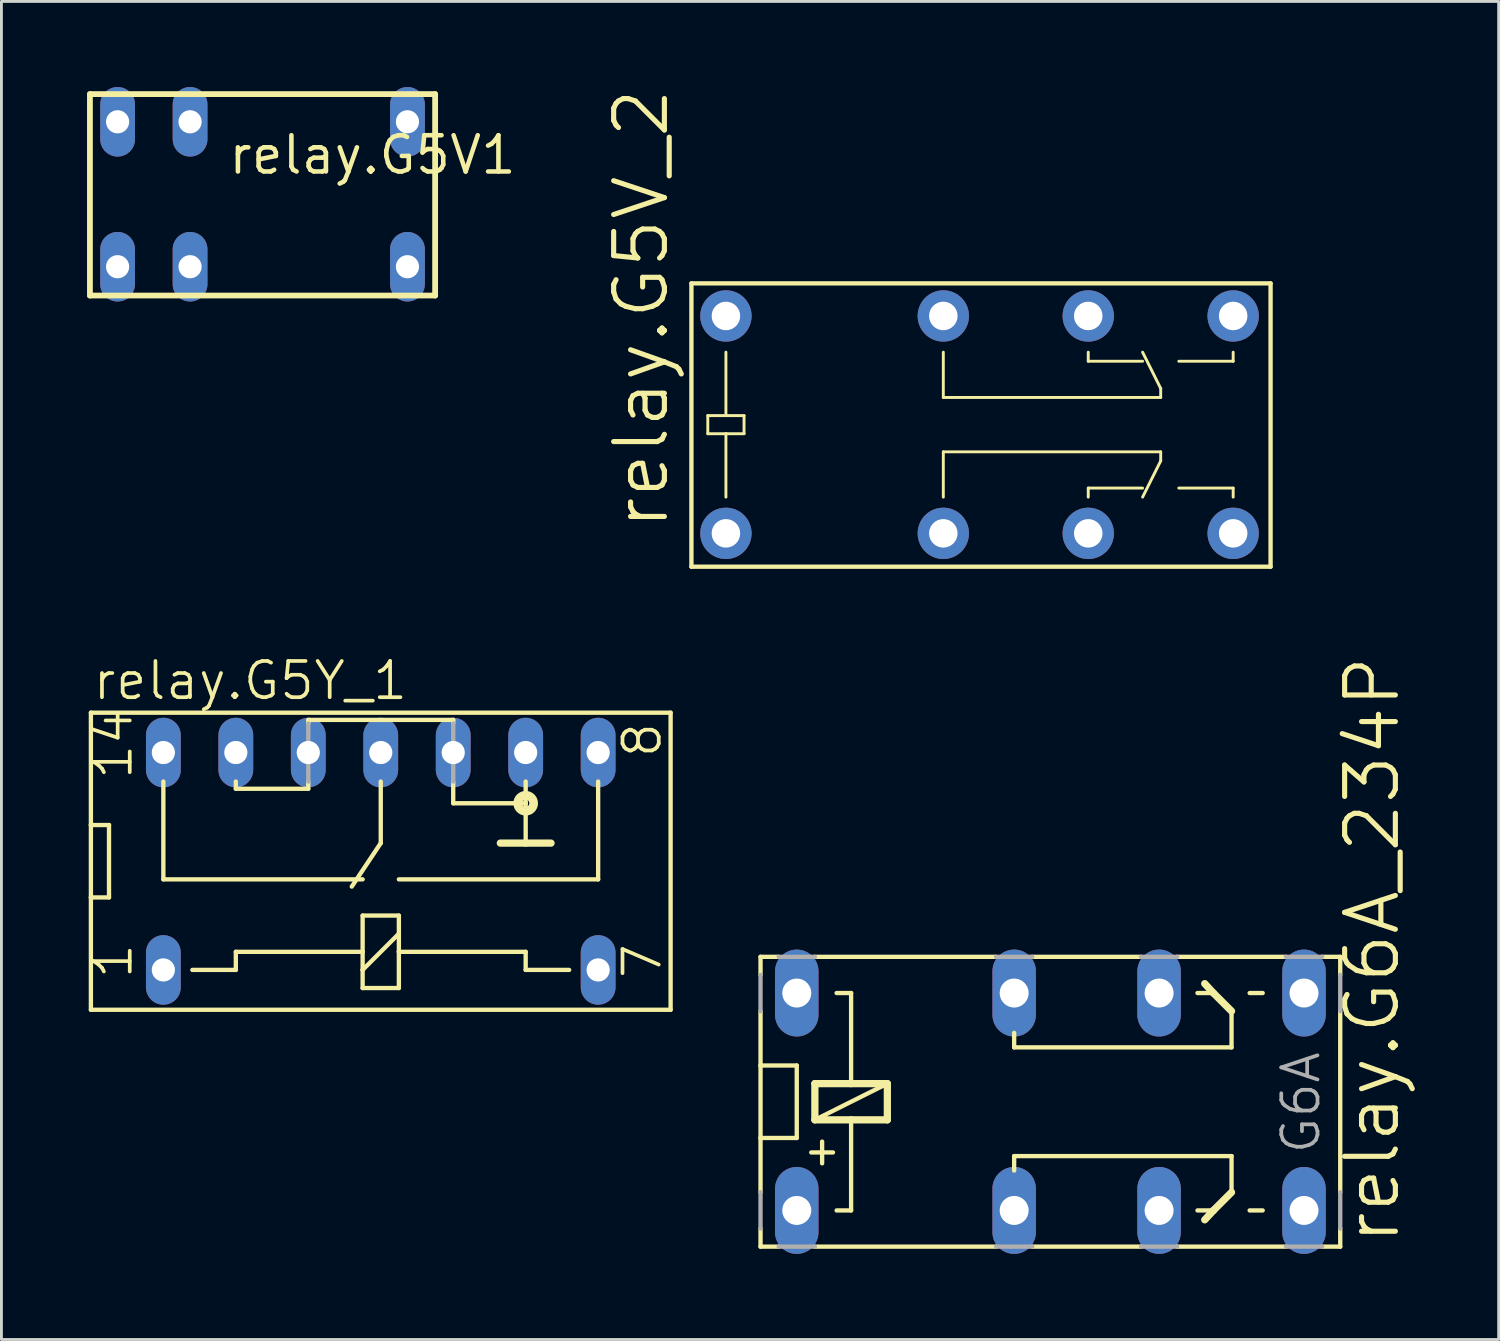
<source format=kicad_pcb>
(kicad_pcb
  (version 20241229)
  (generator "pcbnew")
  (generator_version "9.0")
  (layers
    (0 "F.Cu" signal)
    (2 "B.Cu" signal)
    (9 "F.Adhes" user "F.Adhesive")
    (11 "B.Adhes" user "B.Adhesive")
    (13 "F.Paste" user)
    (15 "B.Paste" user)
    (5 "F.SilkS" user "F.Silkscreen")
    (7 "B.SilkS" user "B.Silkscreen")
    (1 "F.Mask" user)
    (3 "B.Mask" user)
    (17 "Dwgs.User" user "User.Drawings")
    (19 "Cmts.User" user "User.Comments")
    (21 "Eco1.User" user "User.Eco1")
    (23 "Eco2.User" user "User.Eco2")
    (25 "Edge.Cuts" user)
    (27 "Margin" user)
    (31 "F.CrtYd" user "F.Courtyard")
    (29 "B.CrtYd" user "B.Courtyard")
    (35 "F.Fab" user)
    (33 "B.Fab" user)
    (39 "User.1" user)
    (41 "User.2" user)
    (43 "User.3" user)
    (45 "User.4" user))
  (footprint "relay.G5V_2"
    (layer "F.Cu")
    (at 31.285 11.835)
    (property "Reference" "relay.G5V_2" (at -10.82 3.759 90) (layer "F.SilkS") (effects (font (size 1.778 1.778) (thickness 0.18)) (justify left bottom)))
    (attr through_hole)
    (fp_line (start -10.099 4.979) (end -10.099 -4.952) (stroke (width 0.152) (type default)) (layer "F.SilkS"))
    (fp_line (start -10.099 4.979) (end 10.201 4.979) (stroke (width 0.152) (type default)) (layer "F.SilkS"))
    (fp_line (start -9.525 -0.318) (end -9.525 0.318) (stroke (width 0.102) (type default)) (layer "F.SilkS"))
    (fp_line (start -9.525 0.318) (end -8.89 0.318) (stroke (width 0.102) (type default)) (layer "F.SilkS"))
    (fp_line (start -8.89 -2.54) (end -8.89 -0.318) (stroke (width 0.102) (type default)) (layer "F.SilkS"))
    (fp_line (start -8.89 -0.318) (end -9.525 -0.318) (stroke (width 0.102) (type default)) (layer "F.SilkS"))
    (fp_line (start -8.89 0.318) (end -8.89 2.54) (stroke (width 0.102) (type default)) (layer "F.SilkS"))
    (fp_line (start -8.89 0.318) (end -8.255 0.318) (stroke (width 0.102) (type default)) (layer "F.SilkS"))
    (fp_line (start -8.255 -0.318) (end -8.89 -0.318) (stroke (width 0.102) (type default)) (layer "F.SilkS"))
    (fp_line (start -8.255 0.318) (end -8.255 -0.318) (stroke (width 0.102) (type default)) (layer "F.SilkS"))
    (fp_line (start -1.27 -2.54) (end -1.27 -0.953) (stroke (width 0.102) (type default)) (layer "F.SilkS"))
    (fp_line (start -1.27 -0.953) (end 6.35 -0.953) (stroke (width 0.102) (type default)) (layer "F.SilkS"))
    (fp_line (start -1.27 0.953) (end 6.35 0.953) (stroke (width 0.102) (type default)) (layer "F.SilkS"))
    (fp_line (start -1.27 2.54) (end -1.27 0.953) (stroke (width 0.102) (type default)) (layer "F.SilkS"))
    (fp_line (start 3.81 -2.223) (end 3.81 -2.54) (stroke (width 0.102) (type default)) (layer "F.SilkS"))
    (fp_line (start 3.81 2.223) (end 3.81 2.54) (stroke (width 0.102) (type default)) (layer "F.SilkS"))
    (fp_line (start 5.715 -2.223) (end 3.81 -2.223) (stroke (width 0.102) (type default)) (layer "F.SilkS"))
    (fp_line (start 5.715 2.223) (end 3.81 2.223) (stroke (width 0.102) (type default)) (layer "F.SilkS"))
    (fp_line (start 6.35 -1.27) (end 5.715 -2.54) (stroke (width 0.102) (type default)) (layer "F.SilkS"))
    (fp_line (start 6.35 -0.953) (end 6.35 -1.27) (stroke (width 0.102) (type default)) (layer "F.SilkS"))
    (fp_line (start 6.35 0.953) (end 6.35 1.27) (stroke (width 0.102) (type default)) (layer "F.SilkS"))
    (fp_line (start 6.35 1.27) (end 5.715 2.54) (stroke (width 0.102) (type default)) (layer "F.SilkS"))
    (fp_line (start 6.985 -2.223) (end 8.89 -2.223) (stroke (width 0.102) (type default)) (layer "F.SilkS"))
    (fp_line (start 6.985 2.223) (end 8.89 2.223) (stroke (width 0.102) (type default)) (layer "F.SilkS"))
    (fp_line (start 8.89 -2.223) (end 8.89 -2.54) (stroke (width 0.102) (type default)) (layer "F.SilkS"))
    (fp_line (start 8.89 2.223) (end 8.89 2.54) (stroke (width 0.102) (type default)) (layer "F.SilkS"))
    (fp_line (start 10.201 -4.952) (end -10.099 -4.952) (stroke (width 0.152) (type default)) (layer "F.SilkS"))
    (fp_line (start 10.201 4.979) (end 10.201 -4.952) (stroke (width 0.152) (type default)) (layer "F.SilkS"))
    (pad "1" thru_hole circle (at -8.89 3.81) (size 1.8 1.8) (drill 1) (layers "*.Cu" "*.Mask"))
    (pad "4" thru_hole circle (at -1.27 3.81) (size 1.8 1.8) (drill 1) (layers "*.Cu" "*.Mask"))
    (pad "6" thru_hole circle (at 3.81 3.81) (size 1.8 1.8) (drill 1) (layers "*.Cu" "*.Mask"))
    (pad "8" thru_hole circle (at 8.89 3.81) (size 1.8 1.8) (drill 1) (layers "*.Cu" "*.Mask"))
    (pad "9" thru_hole circle (at 8.89 -3.81) (size 1.8 1.8) (drill 1) (layers "*.Cu" "*.Mask"))
    (pad "11" thru_hole circle (at 3.81 -3.81) (size 1.8 1.8) (drill 1) (layers "*.Cu" "*.Mask"))
    (pad "13" thru_hole circle (at -1.27 -3.81) (size 1.8 1.8) (drill 1) (layers "*.Cu" "*.Mask"))
    (pad "16" thru_hole circle (at -8.89 -3.81) (size 1.8 1.8) (drill 1) (layers "*.Cu" "*.Mask")))
  (footprint "relay.G6A_234P"
    (layer "F.Cu")
    (at 28.688 35.568)
    (property "Reference" "relay.G6A_234P" (at 17.399 5.08 90) (layer "F.SilkS") (effects (font (size 1.778 1.778) (thickness 0.18)) (justify left bottom)))
    (attr through_hole)
    (fp_line (start -5.08 -5.08) (end -5.08 -4.445) (stroke (width 0.152) (type default)) (layer "F.SilkS"))
    (fp_line (start -5.08 -5.08) (end -4.445 -5.08) (stroke (width 0.152) (type default)) (layer "F.SilkS"))
    (fp_line (start -5.08 -3.175) (end -5.08 -1.27) (stroke (width 0.152) (type default)) (layer "F.SilkS"))
    (fp_line (start -5.08 -1.27) (end -5.08 1.27) (stroke (width 0.152) (type default)) (layer "F.SilkS"))
    (fp_line (start -5.08 -1.27) (end -3.81 -1.27) (stroke (width 0.152) (type default)) (layer "F.SilkS"))
    (fp_line (start -5.08 1.27) (end -5.08 3.175) (stroke (width 0.152) (type default)) (layer "F.SilkS"))
    (fp_line (start -5.08 4.445) (end -5.08 5.08) (stroke (width 0.152) (type default)) (layer "F.SilkS"))
    (fp_line (start -5.08 5.08) (end -4.445 5.08) (stroke (width 0.152) (type default)) (layer "F.SilkS"))
    (fp_line (start -3.81 -1.27) (end -3.81 1.27) (stroke (width 0.152) (type default)) (layer "F.SilkS"))
    (fp_line (start -3.81 1.27) (end -5.08 1.27) (stroke (width 0.152) (type default)) (layer "F.SilkS"))
    (fp_line (start -3.302 1.778) (end -2.54 1.778) (stroke (width 0.152) (type default)) (layer "F.SilkS"))
    (fp_line (start -3.175 -5.08) (end 3.175 -5.08) (stroke (width 0.152) (type default)) (layer "F.SilkS"))
    (fp_line (start -3.175 -0.635) (end -3.175 0.635) (stroke (width 0.254) (type default)) (layer "F.SilkS"))
    (fp_line (start -3.175 0.635) (end -1.905 0.635) (stroke (width 0.254) (type default)) (layer "F.SilkS"))
    (fp_line (start -3.175 0.635) (end -0.635 -0.635) (stroke (width 0.152) (type default)) (layer "F.SilkS"))
    (fp_line (start -3.175 5.08) (end 3.175 5.08) (stroke (width 0.152) (type default)) (layer "F.SilkS"))
    (fp_line (start -2.921 2.159) (end -2.921 1.397) (stroke (width 0.152) (type default)) (layer "F.SilkS"))
    (fp_line (start -2.413 -3.81) (end -1.905 -3.81) (stroke (width 0.152) (type default)) (layer "F.SilkS"))
    (fp_line (start -1.905 -3.81) (end -1.905 -0.635) (stroke (width 0.152) (type default)) (layer "F.SilkS"))
    (fp_line (start -1.905 -0.635) (end -3.175 -0.635) (stroke (width 0.254) (type default)) (layer "F.SilkS"))
    (fp_line (start -1.905 0.635) (end -1.905 3.81) (stroke (width 0.152) (type default)) (layer "F.SilkS"))
    (fp_line (start -1.905 0.635) (end -0.635 0.635) (stroke (width 0.254) (type default)) (layer "F.SilkS"))
    (fp_line (start -1.905 3.81) (end -2.413 3.81) (stroke (width 0.152) (type default)) (layer "F.SilkS"))
    (fp_line (start -0.635 -0.635) (end -1.905 -0.635) (stroke (width 0.254) (type default)) (layer "F.SilkS"))
    (fp_line (start -0.635 0.635) (end -0.635 -0.635) (stroke (width 0.254) (type default)) (layer "F.SilkS"))
    (fp_line (start 3.81 -2.413) (end 3.81 -1.905) (stroke (width 0.152) (type default)) (layer "F.SilkS"))
    (fp_line (start 3.81 -1.905) (end 11.43 -1.905) (stroke (width 0.152) (type default)) (layer "F.SilkS"))
    (fp_line (start 3.81 1.905) (end 11.43 1.905) (stroke (width 0.152) (type default)) (layer "F.SilkS"))
    (fp_line (start 3.81 2.413) (end 3.81 1.905) (stroke (width 0.152) (type default)) (layer "F.SilkS"))
    (fp_line (start 8.255 -5.08) (end 4.445 -5.08) (stroke (width 0.152) (type default)) (layer "F.SilkS"))
    (fp_line (start 8.255 5.08) (end 4.445 5.08) (stroke (width 0.152) (type default)) (layer "F.SilkS"))
    (fp_line (start 10.236 -3.81) (end 10.795 -3.81) (stroke (width 0.152) (type default)) (layer "F.SilkS"))
    (fp_line (start 10.236 3.81) (end 10.795 3.81) (stroke (width 0.152) (type default)) (layer "F.SilkS"))
    (fp_line (start 10.795 -3.81) (end 10.49 -4.14) (stroke (width 0.254) (type default)) (layer "F.SilkS"))
    (fp_line (start 10.795 3.81) (end 10.49 4.14) (stroke (width 0.254) (type default)) (layer "F.SilkS"))
    (fp_line (start 11.43 -3.175) (end 10.795 -3.81) (stroke (width 0.254) (type default)) (layer "F.SilkS"))
    (fp_line (start 11.43 -1.905) (end 11.43 -3.175) (stroke (width 0.152) (type default)) (layer "F.SilkS"))
    (fp_line (start 11.43 1.905) (end 11.43 3.175) (stroke (width 0.152) (type default)) (layer "F.SilkS"))
    (fp_line (start 11.43 3.175) (end 10.795 3.81) (stroke (width 0.254) (type default)) (layer "F.SilkS"))
    (fp_line (start 12.065 -3.81) (end 12.522 -3.81) (stroke (width 0.152) (type default)) (layer "F.SilkS"))
    (fp_line (start 12.065 3.81) (end 12.522 3.81) (stroke (width 0.152) (type default)) (layer "F.SilkS"))
    (fp_line (start 13.335 -5.08) (end 9.525 -5.08) (stroke (width 0.152) (type default)) (layer "F.SilkS"))
    (fp_line (start 13.335 5.08) (end 9.525 5.08) (stroke (width 0.152) (type default)) (layer "F.SilkS"))
    (fp_line (start 15.24 -5.08) (end 14.605 -5.08) (stroke (width 0.152) (type default)) (layer "F.SilkS"))
    (fp_line (start 15.24 -5.08) (end 15.24 -4.445) (stroke (width 0.152) (type default)) (layer "F.SilkS"))
    (fp_line (start 15.24 -3.175) (end 15.24 3.175) (stroke (width 0.152) (type default)) (layer "F.SilkS"))
    (fp_line (start 15.24 5.08) (end 14.605 5.08) (stroke (width 0.152) (type default)) (layer "F.SilkS"))
    (fp_line (start 15.24 5.08) (end 15.24 4.445) (stroke (width 0.152) (type default)) (layer "F.SilkS"))
    (fp_line (start -5.08 -3.175) (end -5.08 -4.445) (stroke (width 0.152) (type default)) (layer "F.Fab"))
    (fp_line (start -5.08 4.445) (end -5.08 3.175) (stroke (width 0.152) (type default)) (layer "F.Fab"))
    (fp_line (start -3.175 -5.08) (end -4.445 -5.08) (stroke (width 0.152) (type default)) (layer "F.Fab"))
    (fp_line (start -3.175 5.08) (end -4.445 5.08) (stroke (width 0.152) (type default)) (layer "F.Fab"))
    (fp_line (start 3.175 -5.08) (end 4.445 -5.08) (stroke (width 0.152) (type default)) (layer "F.Fab"))
    (fp_line (start 4.445 5.08) (end 3.175 5.08) (stroke (width 0.152) (type default)) (layer "F.Fab"))
    (fp_line (start 8.255 -5.08) (end 9.525 -5.08) (stroke (width 0.152) (type default)) (layer "F.Fab"))
    (fp_line (start 8.255 5.08) (end 9.525 5.08) (stroke (width 0.152) (type default)) (layer "F.Fab"))
    (fp_line (start 13.335 -5.08) (end 14.605 -5.08) (stroke (width 0.152) (type default)) (layer "F.Fab"))
    (fp_line (start 13.335 5.08) (end 14.605 5.08) (stroke (width 0.152) (type default)) (layer "F.Fab"))
    (fp_line (start 15.24 -3.175) (end 15.24 -4.445) (stroke (width 0.152) (type default)) (layer "F.Fab"))
    (fp_line (start 15.24 3.175) (end 15.24 4.445) (stroke (width 0.152) (type default)) (layer "F.Fab"))
    (fp_text user "G6A" (at 14.605 1.905 90) (layer "F.Fab") (effects (font (size 1.27 1.27) (thickness 0.13)) (justify left bottom)))
    (pad "1" thru_hole oval (at -3.81 3.81 90) (size 3.048 1.524) (drill 1.016) (layers "*.Cu" "*.Mask"))
    (pad "16" thru_hole oval (at -3.81 -3.81 90) (size 3.048 1.524) (drill 1.016) (layers "*.Cu" "*.Mask"))
    (pad "O1" thru_hole oval (at 8.89 3.81 90) (size 3.048 1.524) (drill 1.016) (layers "*.Cu" "*.Mask"))
    (pad "O2" thru_hole oval (at 8.89 -3.81 90) (size 3.048 1.524) (drill 1.016) (layers "*.Cu" "*.Mask"))
    (pad "P1" thru_hole oval (at 3.81 3.81 90) (size 3.048 1.524) (drill 1.016) (layers "*.Cu" "*.Mask"))
    (pad "P2" thru_hole oval (at 3.81 -3.81 90) (size 3.048 1.524) (drill 1.016) (layers "*.Cu" "*.Mask"))
    (pad "S1" thru_hole oval (at 13.97 3.81 90) (size 3.048 1.524) (drill 1.016) (layers "*.Cu" "*.Mask"))
    (pad "S2" thru_hole oval (at 13.97 -3.81 90) (size 3.048 1.524) (drill 1.016) (layers "*.Cu" "*.Mask")))
  (footprint "relay.G5Y_1"
    (layer "F.Cu")
    (at 10.296 27.138)
    (property "Reference" "relay.G5Y_1" (at -10.16 -5.588 0) (layer "F.SilkS") (effects (font (size 1.27 1.27) (thickness 0.13)) (justify left bottom)))
    (attr through_hole)
    (fp_line (start -10.16 -5.207) (end -10.16 -1.27) (stroke (width 0.152) (type default)) (layer "F.SilkS"))
    (fp_line (start -10.16 -5.207) (end 10.16 -5.207) (stroke (width 0.152) (type default)) (layer "F.SilkS"))
    (fp_line (start -10.16 -1.27) (end -10.16 1.27) (stroke (width 0.152) (type default)) (layer "F.SilkS"))
    (fp_line (start -10.16 -1.27) (end -9.525 -1.27) (stroke (width 0.152) (type default)) (layer "F.SilkS"))
    (fp_line (start -10.16 1.27) (end -10.16 5.207) (stroke (width 0.152) (type default)) (layer "F.SilkS"))
    (fp_line (start -9.525 1.27) (end -10.16 1.27) (stroke (width 0.152) (type default)) (layer "F.SilkS"))
    (fp_line (start -9.525 1.27) (end -9.525 -1.27) (stroke (width 0.152) (type default)) (layer "F.SilkS"))
    (fp_line (start -7.62 -2.794) (end -7.62 0.635) (stroke (width 0.152) (type default)) (layer "F.SilkS"))
    (fp_line (start -7.62 0.635) (end -0.635 0.635) (stroke (width 0.152) (type default)) (layer "F.SilkS"))
    (fp_line (start -6.604 3.81) (end -5.08 3.81) (stroke (width 0.152) (type default)) (layer "F.SilkS"))
    (fp_line (start -5.08 -2.794) (end -5.08 -2.54) (stroke (width 0.152) (type default)) (layer "F.SilkS"))
    (fp_line (start -5.08 -2.54) (end -2.54 -2.54) (stroke (width 0.152) (type default)) (layer "F.SilkS"))
    (fp_line (start -5.08 3.175) (end -5.08 3.81) (stroke (width 0.152) (type default)) (layer "F.SilkS"))
    (fp_line (start -5.08 3.175) (end -0.635 3.175) (stroke (width 0.152) (type default)) (layer "F.SilkS"))
    (fp_line (start -2.54 -4.953) (end 2.54 -4.953) (stroke (width 0.152) (type default)) (layer "F.SilkS"))
    (fp_line (start -2.54 -4.826) (end -2.54 -4.953) (stroke (width 0.152) (type default)) (layer "F.SilkS"))
    (fp_line (start -2.54 -2.54) (end -2.54 -2.794) (stroke (width 0.152) (type default)) (layer "F.SilkS"))
    (fp_line (start -0.635 1.905) (end -0.635 3.175) (stroke (width 0.152) (type default)) (layer "F.SilkS"))
    (fp_line (start -0.635 1.905) (end 0.635 1.905) (stroke (width 0.152) (type default)) (layer "F.SilkS"))
    (fp_line (start -0.635 3.175) (end -0.635 3.81) (stroke (width 0.152) (type default)) (layer "F.SilkS"))
    (fp_line (start -0.635 3.81) (end -0.635 4.445) (stroke (width 0.152) (type default)) (layer "F.SilkS"))
    (fp_line (start 0 -2.794) (end 0 -0.635) (stroke (width 0.152) (type default)) (layer "F.SilkS"))
    (fp_line (start 0 -0.635) (end -1.016 0.889) (stroke (width 0.152) (type default)) (layer "F.SilkS"))
    (fp_line (start 0.635 2.54) (end -0.635 3.81) (stroke (width 0.152) (type default)) (layer "F.SilkS"))
    (fp_line (start 0.635 2.54) (end 0.635 1.905) (stroke (width 0.152) (type default)) (layer "F.SilkS"))
    (fp_line (start 0.635 3.175) (end 0.635 2.54) (stroke (width 0.152) (type default)) (layer "F.SilkS"))
    (fp_line (start 0.635 4.445) (end -0.635 4.445) (stroke (width 0.152) (type default)) (layer "F.SilkS"))
    (fp_line (start 0.635 4.445) (end 0.635 3.175) (stroke (width 0.152) (type default)) (layer "F.SilkS"))
    (fp_line (start 2.54 -4.953) (end 2.54 -4.826) (stroke (width 0.152) (type default)) (layer "F.SilkS"))
    (fp_line (start 2.54 -2.032) (end 2.54 -2.794) (stroke (width 0.152) (type default)) (layer "F.SilkS"))
    (fp_line (start 2.54 -2.032) (end 5.08 -2.032) (stroke (width 0.152) (type default)) (layer "F.SilkS"))
    (fp_line (start 5.08 -2.032) (end 5.08 -2.794) (stroke (width 0.152) (type default)) (layer "F.SilkS"))
    (fp_line (start 5.08 -2.032) (end 5.08 -0.635) (stroke (width 0.152) (type default)) (layer "F.SilkS"))
    (fp_line (start 5.08 -0.635) (end 4.191 -0.635) (stroke (width 0.254) (type default)) (layer "F.SilkS"))
    (fp_line (start 5.08 -0.635) (end 5.969 -0.635) (stroke (width 0.254) (type default)) (layer "F.SilkS"))
    (fp_line (start 5.08 3.175) (end 0.635 3.175) (stroke (width 0.152) (type default)) (layer "F.SilkS"))
    (fp_line (start 5.08 3.175) (end 5.08 3.81) (stroke (width 0.152) (type default)) (layer "F.SilkS"))
    (fp_line (start 6.604 3.81) (end 5.08 3.81) (stroke (width 0.152) (type default)) (layer "F.SilkS"))
    (fp_line (start 7.62 -2.794) (end 7.62 0.635) (stroke (width 0.152) (type default)) (layer "F.SilkS"))
    (fp_line (start 7.62 0.635) (end 0.635 0.635) (stroke (width 0.152) (type default)) (layer "F.SilkS"))
    (fp_line (start 10.16 5.207) (end -10.16 5.207) (stroke (width 0.152) (type default)) (layer "F.SilkS"))
    (fp_line (start 10.16 5.207) (end 10.16 -5.207) (stroke (width 0.152) (type default)) (layer "F.SilkS"))
    (fp_circle (center 5.08 -2.032) (end 5.207 -2.032) (stroke (width 0.305) (type default)) (fill no) (layer "F.SilkS"))
    (fp_line (start -2.54 -2.794) (end -2.54 -4.826) (stroke (width 0.152) (type default)) (layer "F.Fab"))
    (fp_line (start 2.54 -2.794) (end 2.54 -4.826) (stroke (width 0.152) (type default)) (layer "F.Fab"))
    (fp_text user "8" (at 9.906 -3.556 90) (layer "F.SilkS") (effects (font (size 1.27 1.27) (thickness 0.13)) (justify left bottom)))
    (fp_text user "14" (at -8.636 -2.794 90) (layer "F.SilkS") (effects (font (size 1.27 1.27) (thickness 0.13)) (justify left bottom)))
    (fp_text user "7" (at 9.906 4.191 90) (layer "F.SilkS") (effects (font (size 1.27 1.27) (thickness 0.13)) (justify left bottom)))
    (fp_text user "1" (at -8.636 4.191 90) (layer "F.SilkS") (effects (font (size 1.27 1.27) (thickness 0.13)) (justify left bottom)))
    (pad "1" thru_hole oval (at -7.62 3.81 90) (size 2.438 1.219) (drill 0.813) (layers "*.Cu" "*.Mask"))
    (pad "7" thru_hole oval (at 7.62 3.81 90) (size 2.438 1.219) (drill 0.813) (layers "*.Cu" "*.Mask"))
    (pad "8" thru_hole oval (at 7.62 -3.81 90) (size 2.438 1.219) (drill 0.813) (layers "*.Cu" "*.Mask"))
    (pad "9" thru_hole oval (at 5.08 -3.81 90) (size 2.438 1.219) (drill 0.813) (layers "*.Cu" "*.Mask"))
    (pad "10" thru_hole oval (at 2.54 -3.81 90) (size 2.438 1.219) (drill 0.813) (layers "*.Cu" "*.Mask"))
    (pad "11" thru_hole oval (at 0 -3.81 90) (size 2.438 1.219) (drill 0.813) (layers "*.Cu" "*.Mask"))
    (pad "12" thru_hole oval (at -2.54 -3.81 90) (size 2.438 1.219) (drill 0.813) (layers "*.Cu" "*.Mask"))
    (pad "13" thru_hole oval (at -5.08 -3.81 90) (size 2.438 1.219) (drill 0.813) (layers "*.Cu" "*.Mask"))
    (pad "14" thru_hole oval (at -7.62 -3.81 90) (size 2.438 1.219) (drill 0.813) (layers "*.Cu" "*.Mask")))
  (footprint "relay.G5V1"
    (layer "F.Cu")
    (at 6.152 3.759)
    (property "Reference" "relay.G5V1" (at -1.27 -0.635 0) (layer "F.SilkS") (effects (font (size 1.27 1.27) (thickness 0.16)) (justify left bottom)))
    (attr through_hole)
    (fp_line (start -6.05 3.55) (end -6.05 -3.51) (stroke (width 0.203) (type default)) (layer "F.SilkS"))
    (fp_line (start -6.05 3.55) (end 6.05 3.55) (stroke (width 0.203) (type default)) (layer "F.SilkS"))
    (fp_line (start 6.05 -3.51) (end -6.05 -3.51) (stroke (width 0.203) (type default)) (layer "F.SilkS"))
    (fp_line (start 6.05 -3.51) (end 6.05 3.55) (stroke (width 0.203) (type default)) (layer "F.SilkS"))
    (pad "1" thru_hole oval (at -5.08 2.54 90) (size 2.438 1.219) (drill 0.813) (layers "*.Cu" "*.Mask"))
    (pad "2" thru_hole oval (at -2.54 2.54 90) (size 2.438 1.219) (drill 0.813) (layers "*.Cu" "*.Mask"))
    (pad "5" thru_hole oval (at 5.08 2.54 90) (size 2.438 1.219) (drill 0.813) (layers "*.Cu" "*.Mask"))
    (pad "6" thru_hole oval (at 5.08 -2.54 90) (size 2.438 1.219) (drill 0.813) (layers "*.Cu" "*.Mask"))
    (pad "9" thru_hole oval (at -2.54 -2.54 90) (size 2.438 1.219) (drill 0.813) (layers "*.Cu" "*.Mask"))
    (pad "10" thru_hole oval (at -5.08 -2.54 90) (size 2.438 1.219) (drill 0.813) (layers "*.Cu" "*.Mask")))
  (gr_rect
    (start -3 -3)
    (end 49.481 43.902)
    (stroke (width 0.1) (type default))
    (fill no)
    (layer "Edge.Cuts")))
</source>
